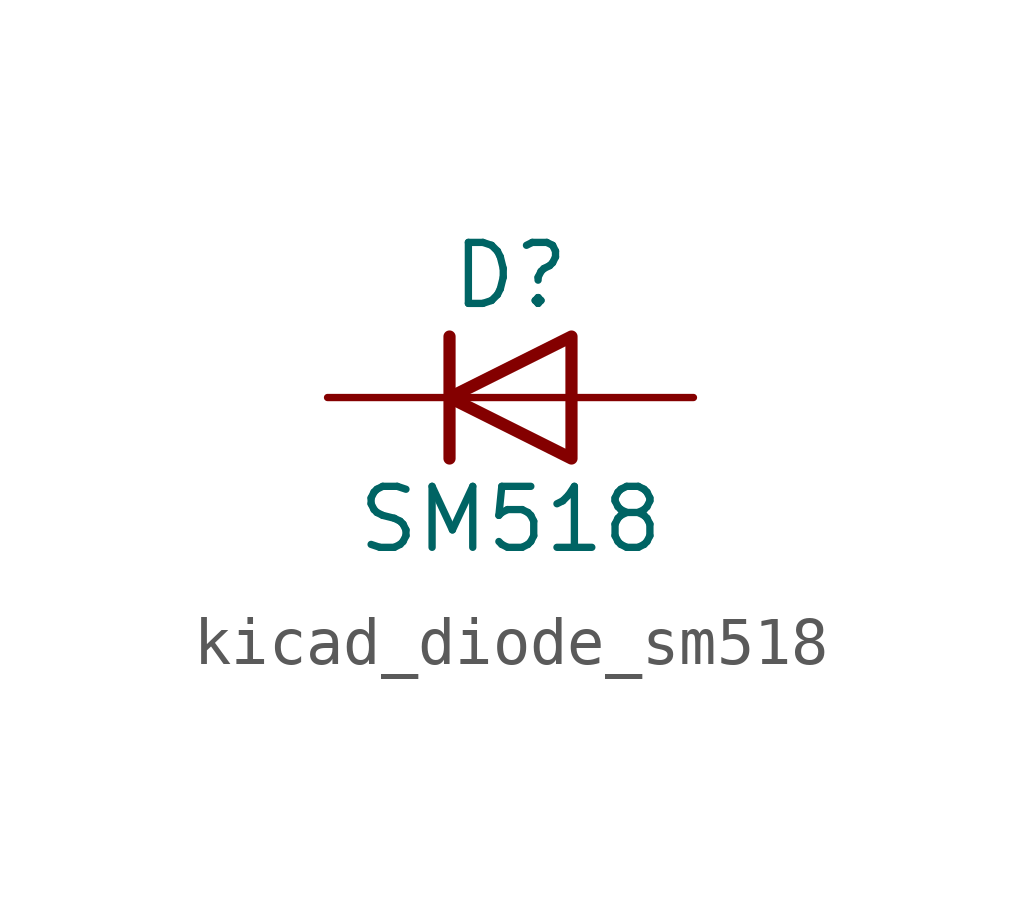
<source format=kicad_sym>
(kicad_symbol_lib
  (version 20220914)
  (generator kicad_symbol_editor)
  (symbol "kicad_diode_sm518"
    (pin_numbers hide)
    (pin_names hide)
    (property "Reference" "D"
      (at 0 2.54 0)
      (effects (font (size 1.27 1.27))))
    (property "Value" "SM518"
      (at 0 -2.54 0)
      (effects (font (size 1.27 1.27))))
    (symbol "kicad_diode_sm518_0_1"
      (polyline (pts (xy -1.27 1.27) (xy -1.27 -1.27)) (stroke (width 0.254) (type default)) (fill (type none)))
      (polyline (pts (xy 1.27 0) (xy -1.27 0)) (stroke (width 0) (type default)) (fill (type none)))
      (polyline (pts (xy 1.27 1.27) (xy 1.27 -1.27) (xy -1.27 0) (xy 1.27 1.27)) (stroke (width 0.254) (type default)) (fill (type none))))
    (symbol "kicad_diode_sm518_1_1"
      (pin passive line (at -3.81 0 0) (length 2.54) (name "K" (effects (font (size 1.27 1.27)))) (number "1" (effects (font (size 1.27 1.27)))))
      (pin passive line (at 3.81 0 180) (length 2.54) (name "A" (effects (font (size 1.27 1.27)))) (number "2" (effects (font (size 1.27 1.27))))))))
</source>
